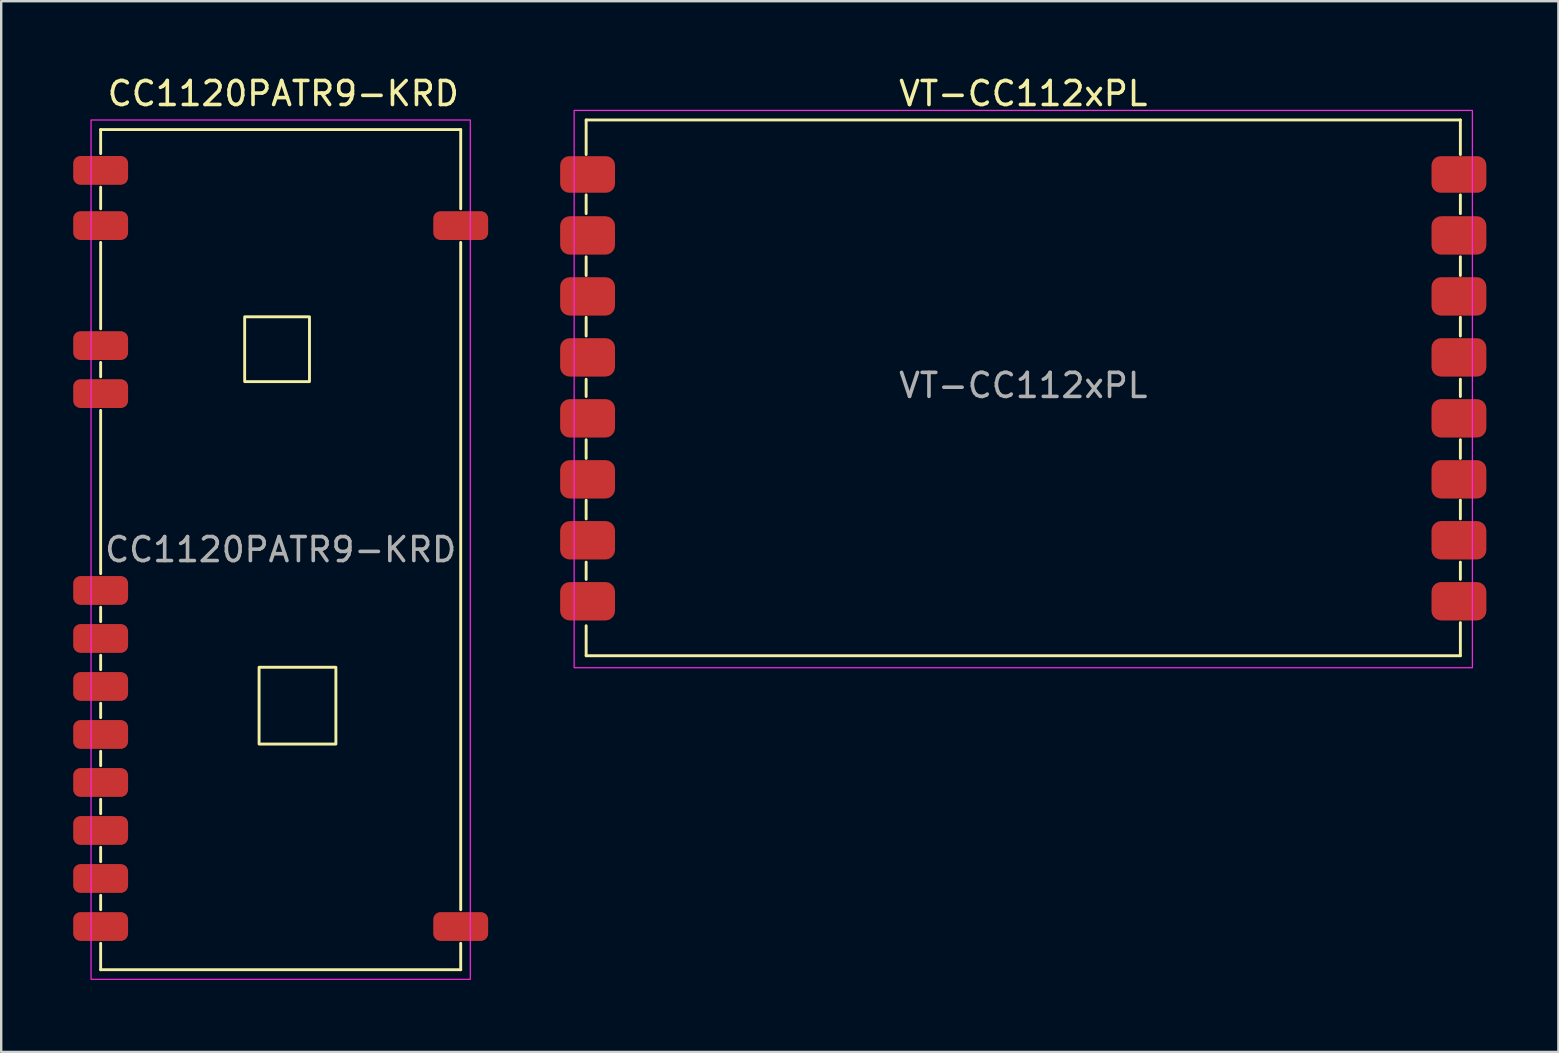
<source format=kicad_pcb>
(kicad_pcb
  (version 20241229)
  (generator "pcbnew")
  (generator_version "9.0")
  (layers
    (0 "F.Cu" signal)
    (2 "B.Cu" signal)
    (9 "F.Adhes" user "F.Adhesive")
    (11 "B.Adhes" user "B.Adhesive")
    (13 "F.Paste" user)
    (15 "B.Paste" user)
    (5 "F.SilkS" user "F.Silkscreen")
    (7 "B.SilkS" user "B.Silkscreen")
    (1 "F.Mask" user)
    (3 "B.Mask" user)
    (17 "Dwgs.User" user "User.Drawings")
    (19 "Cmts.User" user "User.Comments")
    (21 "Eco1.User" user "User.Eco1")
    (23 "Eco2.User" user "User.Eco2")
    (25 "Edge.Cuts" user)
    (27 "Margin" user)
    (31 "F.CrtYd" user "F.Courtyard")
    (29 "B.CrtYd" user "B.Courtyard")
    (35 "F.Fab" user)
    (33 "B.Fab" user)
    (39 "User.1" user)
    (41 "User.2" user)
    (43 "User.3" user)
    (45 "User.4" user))
  (footprint "CC1120PATR9-KRD"
    (layer "F.Cu")
    (at 8.643 19.848)
    (property "Reference" "CC1120PATR9-KRD" (at 0.11 -19 0) (unlocked yes) (layer "F.SilkS") (effects (font (size 1 1) (thickness 0.15))))
    (attr smd)
    (fp_line (start -7.5 -17.5) (end 7.5 -17.5) (stroke (width 0.12) (type solid)) (layer "F.SilkS"))
    (fp_line (start -7.5 -16.5) (end -7.5 -17.5) (stroke (width 0.12) (type solid)) (layer "F.SilkS"))
    (fp_line (start -7.5 -15.1) (end -7.5 -14.2) (stroke (width 0.12) (type solid)) (layer "F.SilkS"))
    (fp_line (start -7.5 -12.8) (end -7.5 -9.2) (stroke (width 0.12) (type solid)) (layer "F.SilkS"))
    (fp_line (start -7.5 -7.8) (end -7.5 -7.2) (stroke (width 0.12) (type solid)) (layer "F.SilkS"))
    (fp_line (start -7.5 -5.8) (end -7.5 1) (stroke (width 0.12) (type solid)) (layer "F.SilkS"))
    (fp_line (start -7.5 2.4) (end -7.5 3) (stroke (width 0.12) (type solid)) (layer "F.SilkS"))
    (fp_line (start -7.5 4.4) (end -7.5 5) (stroke (width 0.12) (type solid)) (layer "F.SilkS"))
    (fp_line (start -7.5 6.4) (end -7.5 7) (stroke (width 0.12) (type solid)) (layer "F.SilkS"))
    (fp_line (start -7.5 8.4) (end -7.5 9) (stroke (width 0.12) (type solid)) (layer "F.SilkS"))
    (fp_line (start -7.5 10.4) (end -7.5 11) (stroke (width 0.12) (type solid)) (layer "F.SilkS"))
    (fp_line (start -7.5 12.4) (end -7.5 13) (stroke (width 0.12) (type solid)) (layer "F.SilkS"))
    (fp_line (start -7.5 14.4) (end -7.5 15) (stroke (width 0.12) (type solid)) (layer "F.SilkS"))
    (fp_line (start -7.5 16.4) (end -7.5 17.5) (stroke (width 0.12) (type solid)) (layer "F.SilkS"))
    (fp_line (start 7.5 -14.2) (end 7.5 -17.5) (stroke (width 0.12) (type solid)) (layer "F.SilkS"))
    (fp_line (start 7.5 -12.8) (end 7.5 15) (stroke (width 0.12) (type solid)) (layer "F.SilkS"))
    (fp_line (start 7.5 17.5) (end -7.5 17.5) (stroke (width 0.12) (type solid)) (layer "F.SilkS"))
    (fp_line (start 7.5 17.5) (end 7.5 16.4) (stroke (width 0.12) (type solid)) (layer "F.SilkS"))
    (fp_rect (start -1.5 -9.7) (end 1.2 -7) (stroke (width 0.12) (type solid)) (fill no) (layer "F.SilkS"))
    (fp_rect (start 2.3 8.1) (end -0.9 4.9) (stroke (width 0.12) (type solid)) (fill no) (layer "F.SilkS"))
    (fp_rect (start -7.9 -17.9) (end 7.9 17.9) (stroke (width 0.05) (type solid)) (fill no) (layer "F.CrtYd"))
    (fp_text user "${REFERENCE}" (at 0 0 0) (unlocked yes) (layer "F.Fab") (effects (font (size 1 1) (thickness 0.15))))
    (pad "1" smd roundrect (at -7.5 -15.8) (size 2.286 1.2) (layers "F.Cu" "F.Mask" "F.Paste") (roundrect_rratio 0.25))
    (pad "2" smd roundrect (at -7.5 -13.5) (size 2.286 1.2) (layers "F.Cu" "F.Mask" "F.Paste") (roundrect_rratio 0.25))
    (pad "3" smd roundrect (at -7.5 -8.5) (size 2.286 1.2) (layers "F.Cu" "F.Mask" "F.Paste") (roundrect_rratio 0.25))
    (pad "4" smd roundrect (at -7.5 -6.5) (size 2.286 1.2) (layers "F.Cu" "F.Mask" "F.Paste") (roundrect_rratio 0.25))
    (pad "5" smd roundrect (at -7.5 1.7) (size 2.286 1.2) (layers "F.Cu" "F.Mask" "F.Paste") (roundrect_rratio 0.25))
    (pad "6" smd roundrect (at -7.5 3.7) (size 2.286 1.2) (layers "F.Cu" "F.Mask" "F.Paste") (roundrect_rratio 0.25))
    (pad "7" smd roundrect (at -7.5 5.7) (size 2.286 1.2) (layers "F.Cu" "F.Mask" "F.Paste") (roundrect_rratio 0.25))
    (pad "8" smd roundrect (at -7.5 7.7) (size 2.286 1.2) (layers "F.Cu" "F.Mask" "F.Paste") (roundrect_rratio 0.25))
    (pad "9" smd roundrect (at -7.5 9.7) (size 2.286 1.2) (layers "F.Cu" "F.Mask" "F.Paste") (roundrect_rratio 0.25))
    (pad "10" smd roundrect (at -7.5 11.7) (size 2.286 1.2) (layers "F.Cu" "F.Mask" "F.Paste") (roundrect_rratio 0.25))
    (pad "11" smd roundrect (at -7.5 13.7) (size 2.286 1.2) (layers "F.Cu" "F.Mask" "F.Paste") (roundrect_rratio 0.25))
    (pad "12" smd roundrect (at -7.5 15.7) (size 2.286 1.2) (layers "F.Cu" "F.Mask" "F.Paste") (roundrect_rratio 0.25))
    (pad "13" smd roundrect (at 7.5 15.7) (size 2.286 1.2) (layers "F.Cu" "F.Mask" "F.Paste") (roundrect_rratio 0.25))
    (pad "14" smd roundrect (at 7.5 -13.5) (size 2.286 1.2) (layers "F.Cu" "F.Mask" "F.Paste") (roundrect_rratio 0.25))
    (zone (net_name "") (layer "F.Cu") (hatch edge 0.508) (connect_pads) (min_thickness 0.254) (filled_areas_thickness no) (keepout (tracks allowed) (vias allowed) (pads not_allowed) (copperpour allowed) (footprints allowed)) (placement (enabled no)) (fill) (polygon (pts (xy 9.743 12.748) (xy 7.243 12.748) (xy 7.243 10.248) (xy 9.743 10.248))))
    (zone (net_name "") (layer "F.Cu") (hatch edge 0.508) (connect_pads) (min_thickness 0.254) (filled_areas_thickness no) (keepout (tracks allowed) (vias allowed) (pads not_allowed) (copperpour allowed) (footprints allowed)) (placement (enabled no)) (fill) (polygon (pts (xy 10.843 27.848) (xy 7.843 27.848) (xy 7.843 24.848) (xy 10.843 24.848))))
    (zone (net_name "") (layer "F.Cu") (hatch edge 0.508) (connect_pads) (min_thickness 0.254) (filled_areas_thickness no) (keepout (tracks allowed) (vias allowed) (pads allowed) (copperpour allowed) (footprints not_allowed)) (placement (enabled no)) (fill) (polygon (pts (xy 16.143 37.348) (xy 1.143 37.348) (xy 1.143 2.348) (xy 16.143 2.348)))))
  (footprint "VT-CC112xPL"
    (layer "F.Cu")
    (at 39.579 13.008)
    (property "Reference" "VT-CC112xPL" (at 0 -12.16 0) (unlocked yes) (layer "F.SilkS") (effects (font (size 1 1) (thickness 0.15))))
    (attr smd)
    (fp_line (start -18.21 -11.06) (end -18.21 -9.62) (stroke (width 0.12) (type solid)) (layer "F.SilkS"))
    (fp_line (start -18.21 -7.16) (end -18.21 -7.94) (stroke (width 0.12) (type solid)) (layer "F.SilkS"))
    (fp_line (start -18.21 -5.36) (end -18.21 -4.58) (stroke (width 0.12) (type solid)) (layer "F.SilkS"))
    (fp_line (start -18.21 -2.84) (end -18.21 -2.06) (stroke (width 0.12) (type solid)) (layer "F.SilkS"))
    (fp_line (start -18.21 -0.26) (end -18.21 0.46) (stroke (width 0.12) (type solid)) (layer "F.SilkS"))
    (fp_line (start -18.21 2.26) (end -18.21 3.04) (stroke (width 0.12) (type solid)) (layer "F.SilkS"))
    (fp_line (start -18.21 4.78) (end -18.21 5.56) (stroke (width 0.12) (type solid)) (layer "F.SilkS"))
    (fp_line (start -18.21 7.36) (end -18.21 8.08) (stroke (width 0.12) (type solid)) (layer "F.SilkS"))
    (fp_line (start -18.21 11.26) (end -18.21 10.01) (stroke (width 0.12) (type solid)) (layer "F.SilkS"))
    (fp_line (start 18.21 -11.06) (end -18.21 -11.06) (stroke (width 0.12) (type solid)) (layer "F.SilkS"))
    (fp_line (start 18.21 -11.06) (end 18.21 -9.62) (stroke (width 0.12) (type solid)) (layer "F.SilkS"))
    (fp_line (start 18.21 -7.16) (end 18.21 -7.94) (stroke (width 0.12) (type solid)) (layer "F.SilkS"))
    (fp_line (start 18.21 -4.58) (end 18.21 -5.36) (stroke (width 0.12) (type solid)) (layer "F.SilkS"))
    (fp_line (start 18.21 -2.06) (end 18.21 -2.84) (stroke (width 0.12) (type solid)) (layer "F.SilkS"))
    (fp_line (start 18.21 0.46) (end 18.21 -0.26) (stroke (width 0.12) (type solid)) (layer "F.SilkS"))
    (fp_line (start 18.21 3.04) (end 18.21 2.26) (stroke (width 0.12) (type solid)) (layer "F.SilkS"))
    (fp_line (start 18.21 5.56) (end 18.21 4.78) (stroke (width 0.12) (type solid)) (layer "F.SilkS"))
    (fp_line (start 18.21 8.08) (end 18.21 7.36) (stroke (width 0.12) (type solid)) (layer "F.SilkS"))
    (fp_line (start 18.21 11.26) (end -18.21 11.26) (stroke (width 0.12) (type solid)) (layer "F.SilkS"))
    (fp_line (start 18.21 11.26) (end 18.21 9.88) (stroke (width 0.12) (type solid)) (layer "F.SilkS"))
    (fp_rect (start -18.71 11.76) (end 18.71 -11.46) (stroke (width 0.05) (type solid)) (fill no) (layer "F.CrtYd"))
    (fp_text user "${REFERENCE}" (at 0 0 0) (unlocked yes) (layer "F.Fab") (effects (font (size 1 1) (thickness 0.15))))
    (pad "1" smd roundrect (at -18.15 -8.79) (size 2.286 1.524) (layers "F.Cu" "F.Mask" "F.Paste") (roundrect_rratio 0.25))
    (pad "2" smd roundrect (at -18.15 -6.25) (size 2.286 1.6) (layers "F.Cu" "F.Mask" "F.Paste") (roundrect_rratio 0.25))
    (pad "3" smd roundrect (at -18.15 -3.71) (size 2.286 1.6) (layers "F.Cu" "F.Mask" "F.Paste") (roundrect_rratio 0.25))
    (pad "4" smd roundrect (at -18.15 -1.17) (size 2.286 1.6) (layers "F.Cu" "F.Mask" "F.Paste") (roundrect_rratio 0.25))
    (pad "5" smd roundrect (at -18.15 1.37) (size 2.286 1.6) (layers "F.Cu" "F.Mask" "F.Paste") (roundrect_rratio 0.25))
    (pad "6" smd roundrect (at -18.15 3.91) (size 2.286 1.6) (layers "F.Cu" "F.Mask" "F.Paste") (roundrect_rratio 0.25))
    (pad "7" smd roundrect (at -18.15 6.45) (size 2.286 1.6) (layers "F.Cu" "F.Mask" "F.Paste") (roundrect_rratio 0.25))
    (pad "8" smd roundrect (at -18.15 8.99) (size 2.286 1.6) (layers "F.Cu" "F.Mask" "F.Paste") (roundrect_rratio 0.25))
    (pad "9" smd roundrect (at 18.15 -8.79) (size 2.286 1.524) (layers "F.Cu" "F.Mask" "F.Paste") (roundrect_rratio 0.25))
    (pad "10" smd roundrect (at 18.15 -6.25) (size 2.286 1.6) (layers "F.Cu" "F.Mask" "F.Paste") (roundrect_rratio 0.25))
    (pad "11" smd roundrect (at 18.15 -3.71) (size 2.286 1.6) (layers "F.Cu" "F.Mask" "F.Paste") (roundrect_rratio 0.25))
    (pad "12" smd roundrect (at 18.15 -1.17) (size 2.286 1.6) (layers "F.Cu" "F.Mask" "F.Paste") (roundrect_rratio 0.25))
    (pad "13" smd roundrect (at 18.15 1.37) (size 2.286 1.6) (layers "F.Cu" "F.Mask" "F.Paste") (roundrect_rratio 0.25))
    (pad "14" smd roundrect (at 18.15 3.91) (size 2.286 1.6) (layers "F.Cu" "F.Mask" "F.Paste") (roundrect_rratio 0.25))
    (pad "15" smd roundrect (at 18.15 6.45) (size 2.286 1.6) (layers "F.Cu" "F.Mask" "F.Paste") (roundrect_rratio 0.25))
    (pad "16" smd roundrect (at 18.15 8.99) (size 2.286 1.6) (layers "F.Cu" "F.Mask" "F.Paste") (roundrect_rratio 0.25))
    (zone (net_name "") (layer "F.Cu") (hatch edge 0.508) (connect_pads) (min_thickness 0.254) (filled_areas_thickness no) (keepout (tracks allowed) (vias allowed) (pads allowed) (copperpour allowed) (footprints not_allowed)) (placement (enabled no)) (fill) (polygon (pts (xy 57.729 24.208) (xy 21.429 24.208) (xy 21.429 2.008) (xy 57.729 2.008)))))
  (gr_rect
    (start -3 -3)
    (end 61.872 40.773)
    (stroke (width 0.1) (type default))
    (fill no)
    (layer "Edge.Cuts")))
</source>
